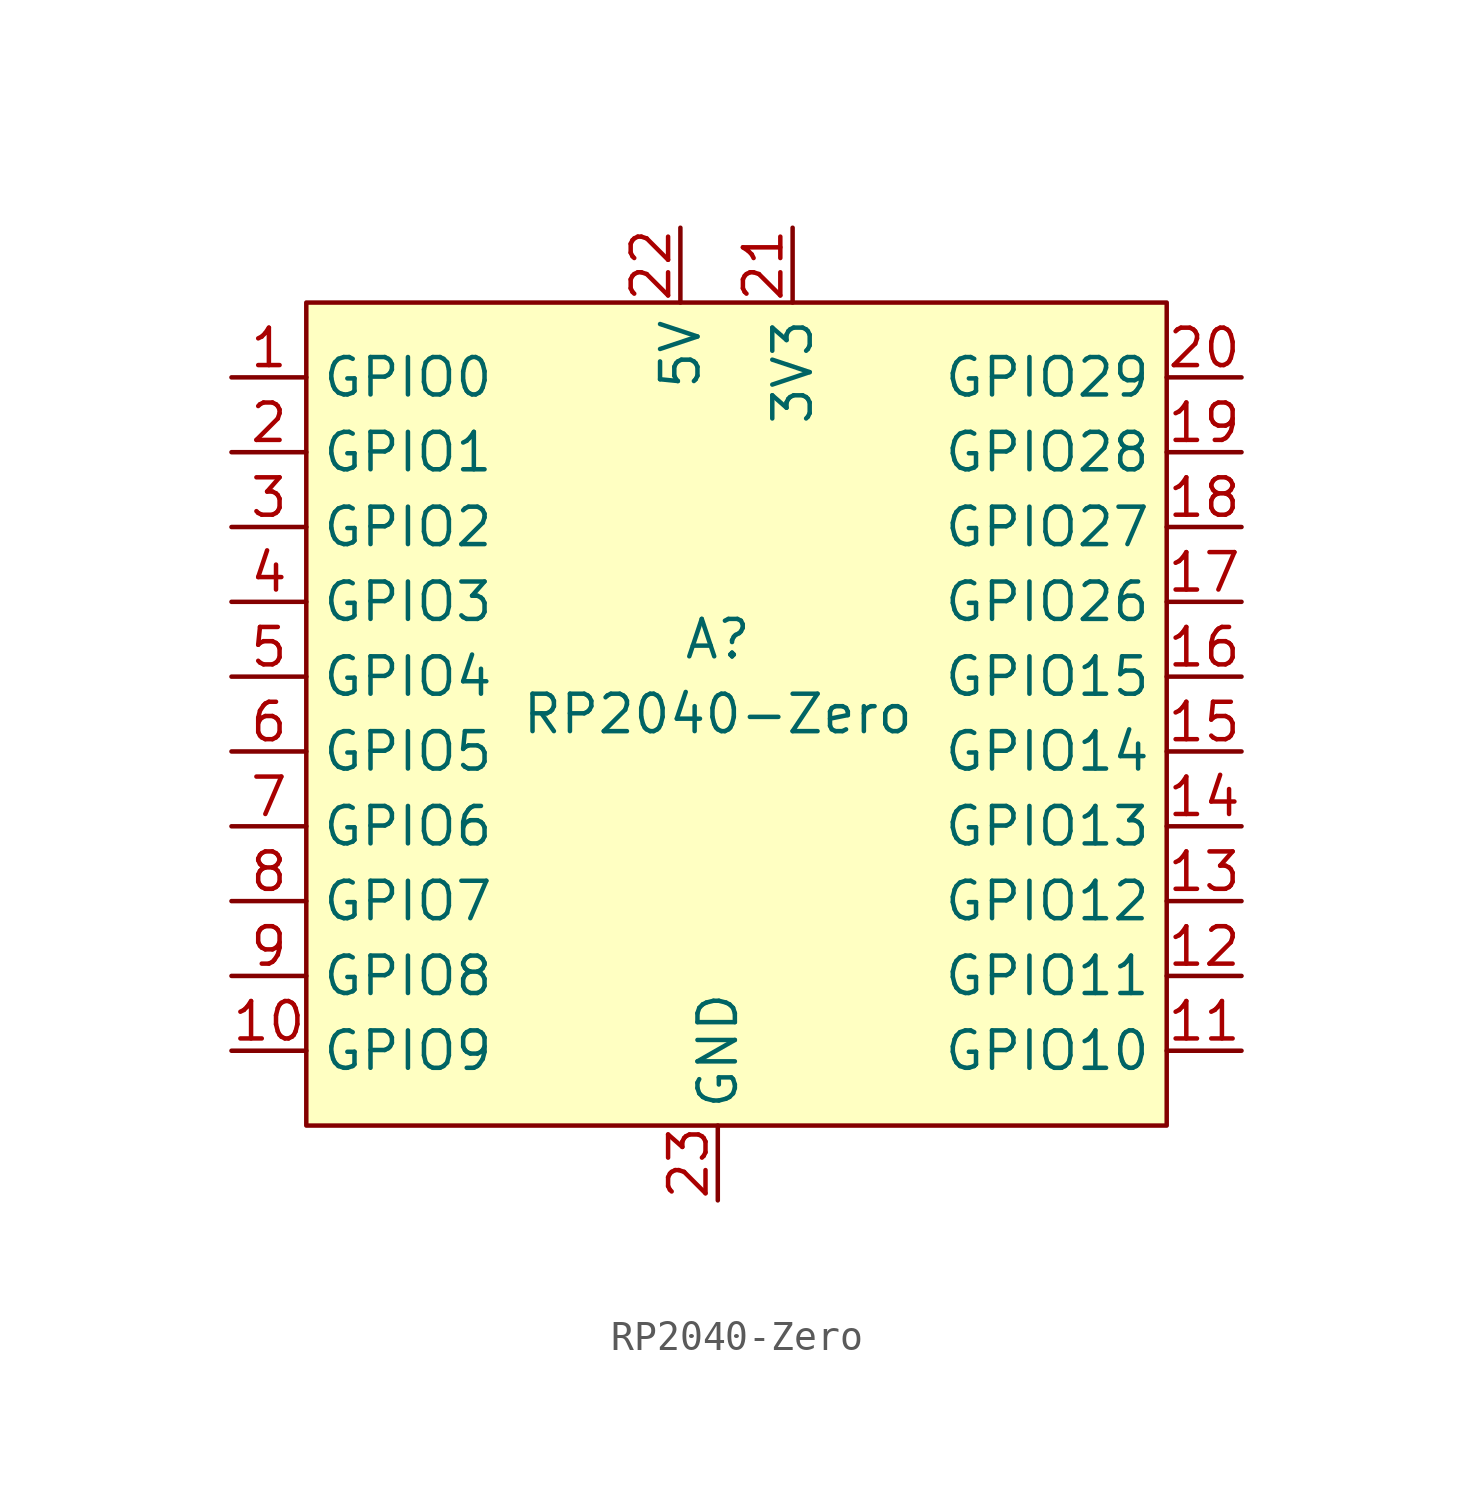
<source format=kicad_sym>
(kicad_symbol_lib
  (version 20220914)
  (generator kicad_symbol_editor)
  (symbol "RP2040-Zero"
    (property "Reference" "A"
      (at 0 1.27 0)
      (effects (font (size 1.27 1.27))))
    (property "Value" "RP2040-Zero"
      (at 0 -1.27 0)
      (effects (font (size 1.27 1.27))))
    (symbol "RP2040-Zero_0_1"
      (rectangle (start -13.97 12.7) (end 15.24 -15.24) (stroke (width 0) (type default)) (fill (type background))))
    (symbol "RP2040-Zero_1_1"
      (pin bidirectional line (at -16.51 10.16 0) (length 2.54) (name "GPIO0" (effects (font (size 1.27 1.27)))) (number "1" (effects (font (size 1.27 1.27)))))
      (pin bidirectional line (at -16.51 -12.7 0) (length 2.54) (name "GPIO9" (effects (font (size 1.27 1.27)))) (number "10" (effects (font (size 1.27 1.27)))))
      (pin bidirectional line (at 17.78 -12.7 180) (length 2.54) (name "GPIO10" (effects (font (size 1.27 1.27)))) (number "11" (effects (font (size 1.27 1.27)))))
      (pin bidirectional line (at 17.78 -10.16 180) (length 2.54) (name "GPIO11" (effects (font (size 1.27 1.27)))) (number "12" (effects (font (size 1.27 1.27)))))
      (pin bidirectional line (at 17.78 -7.62 180) (length 2.54) (name "GPIO12" (effects (font (size 1.27 1.27)))) (number "13" (effects (font (size 1.27 1.27)))))
      (pin bidirectional line (at 17.78 -5.08 180) (length 2.54) (name "GPIO13" (effects (font (size 1.27 1.27)))) (number "14" (effects (font (size 1.27 1.27)))))
      (pin bidirectional line (at 17.78 -2.54 180) (length 2.54) (name "GPIO14" (effects (font (size 1.27 1.27)))) (number "15" (effects (font (size 1.27 1.27)))))
      (pin bidirectional line (at 17.78 0 180) (length 2.54) (name "GPIO15" (effects (font (size 1.27 1.27)))) (number "16" (effects (font (size 1.27 1.27)))))
      (pin bidirectional line (at 17.78 2.54 180) (length 2.54) (name "GPIO26" (effects (font (size 1.27 1.27)))) (number "17" (effects (font (size 1.27 1.27)))))
      (pin bidirectional line (at 17.78 5.08 180) (length 2.54) (name "GPIO27" (effects (font (size 1.27 1.27)))) (number "18" (effects (font (size 1.27 1.27)))))
      (pin bidirectional line (at 17.78 7.62 180) (length 2.54) (name "GPIO28" (effects (font (size 1.27 1.27)))) (number "19" (effects (font (size 1.27 1.27)))))
      (pin bidirectional line (at -16.51 7.62 0) (length 2.54) (name "GPIO1" (effects (font (size 1.27 1.27)))) (number "2" (effects (font (size 1.27 1.27)))))
      (pin bidirectional line (at 17.78 10.16 180) (length 2.54) (name "GPIO29" (effects (font (size 1.27 1.27)))) (number "20" (effects (font (size 1.27 1.27)))))
      (pin power_out line (at 2.54 15.24 270) (length 2.54) (name "3V3" (effects (font (size 1.27 1.27)))) (number "21" (effects (font (size 1.27 1.27)))))
      (pin power_in line (at -1.27 15.24 270) (length 2.54) (name "5V" (effects (font (size 1.27 1.27)))) (number "22" (effects (font (size 1.27 1.27)))))
      (pin power_in line (at 0 -17.78 90) (length 2.54) (name "GND" (effects (font (size 1.27 1.27)))) (number "23" (effects (font (size 1.27 1.27)))))
      (pin bidirectional line (at -16.51 5.08 0) (length 2.54) (name "GPIO2" (effects (font (size 1.27 1.27)))) (number "3" (effects (font (size 1.27 1.27)))))
      (pin bidirectional line (at -16.51 2.54 0) (length 2.54) (name "GPIO3" (effects (font (size 1.27 1.27)))) (number "4" (effects (font (size 1.27 1.27)))))
      (pin bidirectional line (at -16.51 0 0) (length 2.54) (name "GPIO4" (effects (font (size 1.27 1.27)))) (number "5" (effects (font (size 1.27 1.27)))))
      (pin bidirectional line (at -16.51 -2.54 0) (length 2.54) (name "GPIO5" (effects (font (size 1.27 1.27)))) (number "6" (effects (font (size 1.27 1.27)))))
      (pin bidirectional line (at -16.51 -5.08 0) (length 2.54) (name "GPIO6" (effects (font (size 1.27 1.27)))) (number "7" (effects (font (size 1.27 1.27)))))
      (pin bidirectional line (at -16.51 -7.62 0) (length 2.54) (name "GPIO7" (effects (font (size 1.27 1.27)))) (number "8" (effects (font (size 1.27 1.27)))))
      (pin bidirectional line (at -16.51 -10.16 0) (length 2.54) (name "GPIO8" (effects (font (size 1.27 1.27)))) (number "9" (effects (font (size 1.27 1.27))))))))
</source>
